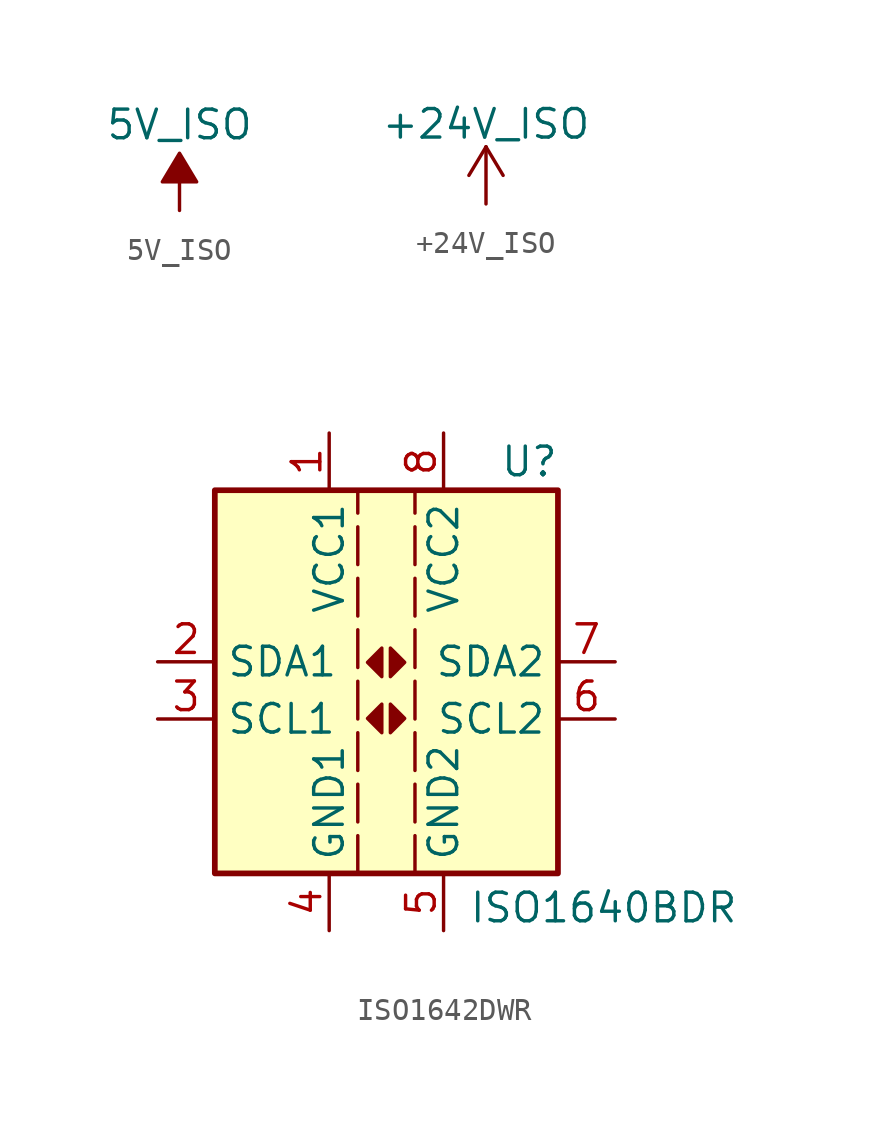
<source format=kicad_sym>
(kicad_symbol_lib
  (version 20220914)
  (generator kicad_symbol_editor)
  (symbol "5V_ISO"
    (power)
    (pin_names
      (offset 0))
    (property "Reference" "#PWR"
      (at 0 2.54 0)
      (effects (font (size 1.27 1.27)) hide))
    (property "Value" "5V_ISO"
      (at 0 3.81 0)
      (effects (font (size 1.27 1.27))))
    (symbol "5V_ISO_0_1"
      (polyline (pts (xy 0 0) (xy 0 1.27) (xy 0.762 1.27) (xy 0 2.54) (xy -0.762 1.27) (xy 0 1.27)) (stroke (width 0) (type default)) (fill (type outline))))
    (symbol "5V_ISO_1_0"
      (pin power_in line (at 0 0 90) (length 0) hide (name "5V_ISO" (effects (font (size 1.27 1.27)))) (number "1" (effects (font (size 1.27 1.27)))))))
  (symbol "+24V_ISO"
    (power)
    (pin_names
      (offset 0))
    (property "Reference" "#PWR"
      (at 0 -3.81 0)
      (effects (font (size 1.27 1.27)) hide))
    (property "Value" "+24V_ISO"
      (at 0 3.556 0)
      (effects (font (size 1.27 1.27))))
    (symbol "+24V_ISO_0_1"
      (polyline (pts (xy -0.762 1.27) (xy 0 2.54)) (stroke (width 0) (type default)) (fill (type none)))
      (polyline (pts (xy 0 0) (xy 0 2.54)) (stroke (width 0) (type default)) (fill (type none)))
      (polyline (pts (xy 0 2.54) (xy 0.762 1.27)) (stroke (width 0) (type default)) (fill (type none))))
    (symbol "+24V_ISO_1_1"
      (pin power_in line (at 0 0 90) (length 0) hide (name "+24V_ISO" (effects (font (size 1.27 1.27)))) (number "1" (effects (font (size 1.27 1.27)))))))
  (symbol "ISO1642DWR"
    (property "Reference" "U"
      (at 6.35 10.16 0)
      (effects (font (size 1.27 1.27))))
    (property "Value" "ISO1640BDR"
      (at 9.652 -9.652 0)
      (effects (font (size 1.27 1.27))))
    (symbol "ISO1642DWR_1_1"
      (rectangle (start -7.62 8.89) (end 7.62 -8.128) (stroke (width 0.254) (type default)) (fill (type background)))
      (polyline (pts (xy -1.27 -8.128) (xy -1.27 8.89)) (stroke (width 0) (type dash)) (fill (type none)))
      (polyline (pts (xy 1.27 -8.128) (xy 1.27 8.89)) (stroke (width 0) (type dash)) (fill (type none)))
      (polyline (pts (xy -0.203 -0.61) (xy -0.203 -1.88) (xy -0.838 -1.245) (xy -0.203 -0.61)) (stroke (width 0) (type default)) (fill (type outline)))
      (polyline (pts (xy -0.203 1.88) (xy -0.203 0.61) (xy -0.838 1.245) (xy -0.203 1.88)) (stroke (width 0) (type default)) (fill (type outline)))
      (polyline (pts (xy 0.178 -0.61) (xy 0.178 -1.88) (xy 0.813 -1.245) (xy 0.178 -0.61)) (stroke (width 0) (type default)) (fill (type outline)))
      (polyline (pts (xy 0.178 1.88) (xy 0.178 0.61) (xy 0.813 1.245) (xy 0.178 1.88)) (stroke (width 0) (type default)) (fill (type outline)))
      (pin power_in line (at -2.54 11.43 270) (length 2.54) (name "VCC1" (effects (font (size 1.27 1.27)))) (number "1" (effects (font (size 1.27 1.27)))))
      (pin bidirectional line (at -10.16 1.27 0) (length 2.54) (name "SDA1" (effects (font (size 1.27 1.27)))) (number "2" (effects (font (size 1.27 1.27)))))
      (pin bidirectional line (at -10.16 -1.27 0) (length 2.54) (name "SCL1" (effects (font (size 1.27 1.27)))) (number "3" (effects (font (size 1.27 1.27)))))
      (pin power_in line (at -2.54 -10.668 90) (length 2.54) (name "GND1" (effects (font (size 1.27 1.27)))) (number "4" (effects (font (size 1.27 1.27)))))
      (pin power_in line (at 2.54 -10.668 90) (length 2.54) (name "GND2" (effects (font (size 1.27 1.27)))) (number "5" (effects (font (size 1.27 1.27)))))
      (pin bidirectional line (at 10.16 -1.27 180) (length 2.54) (name "SCL2" (effects (font (size 1.27 1.27)))) (number "6" (effects (font (size 1.27 1.27)))))
      (pin bidirectional line (at 10.16 1.27 180) (length 2.54) (name "SDA2" (effects (font (size 1.27 1.27)))) (number "7" (effects (font (size 1.27 1.27)))))
      (pin power_in line (at 2.54 11.43 270) (length 2.54) (name "VCC2" (effects (font (size 1.27 1.27)))) (number "8" (effects (font (size 1.27 1.27))))))))
</source>
